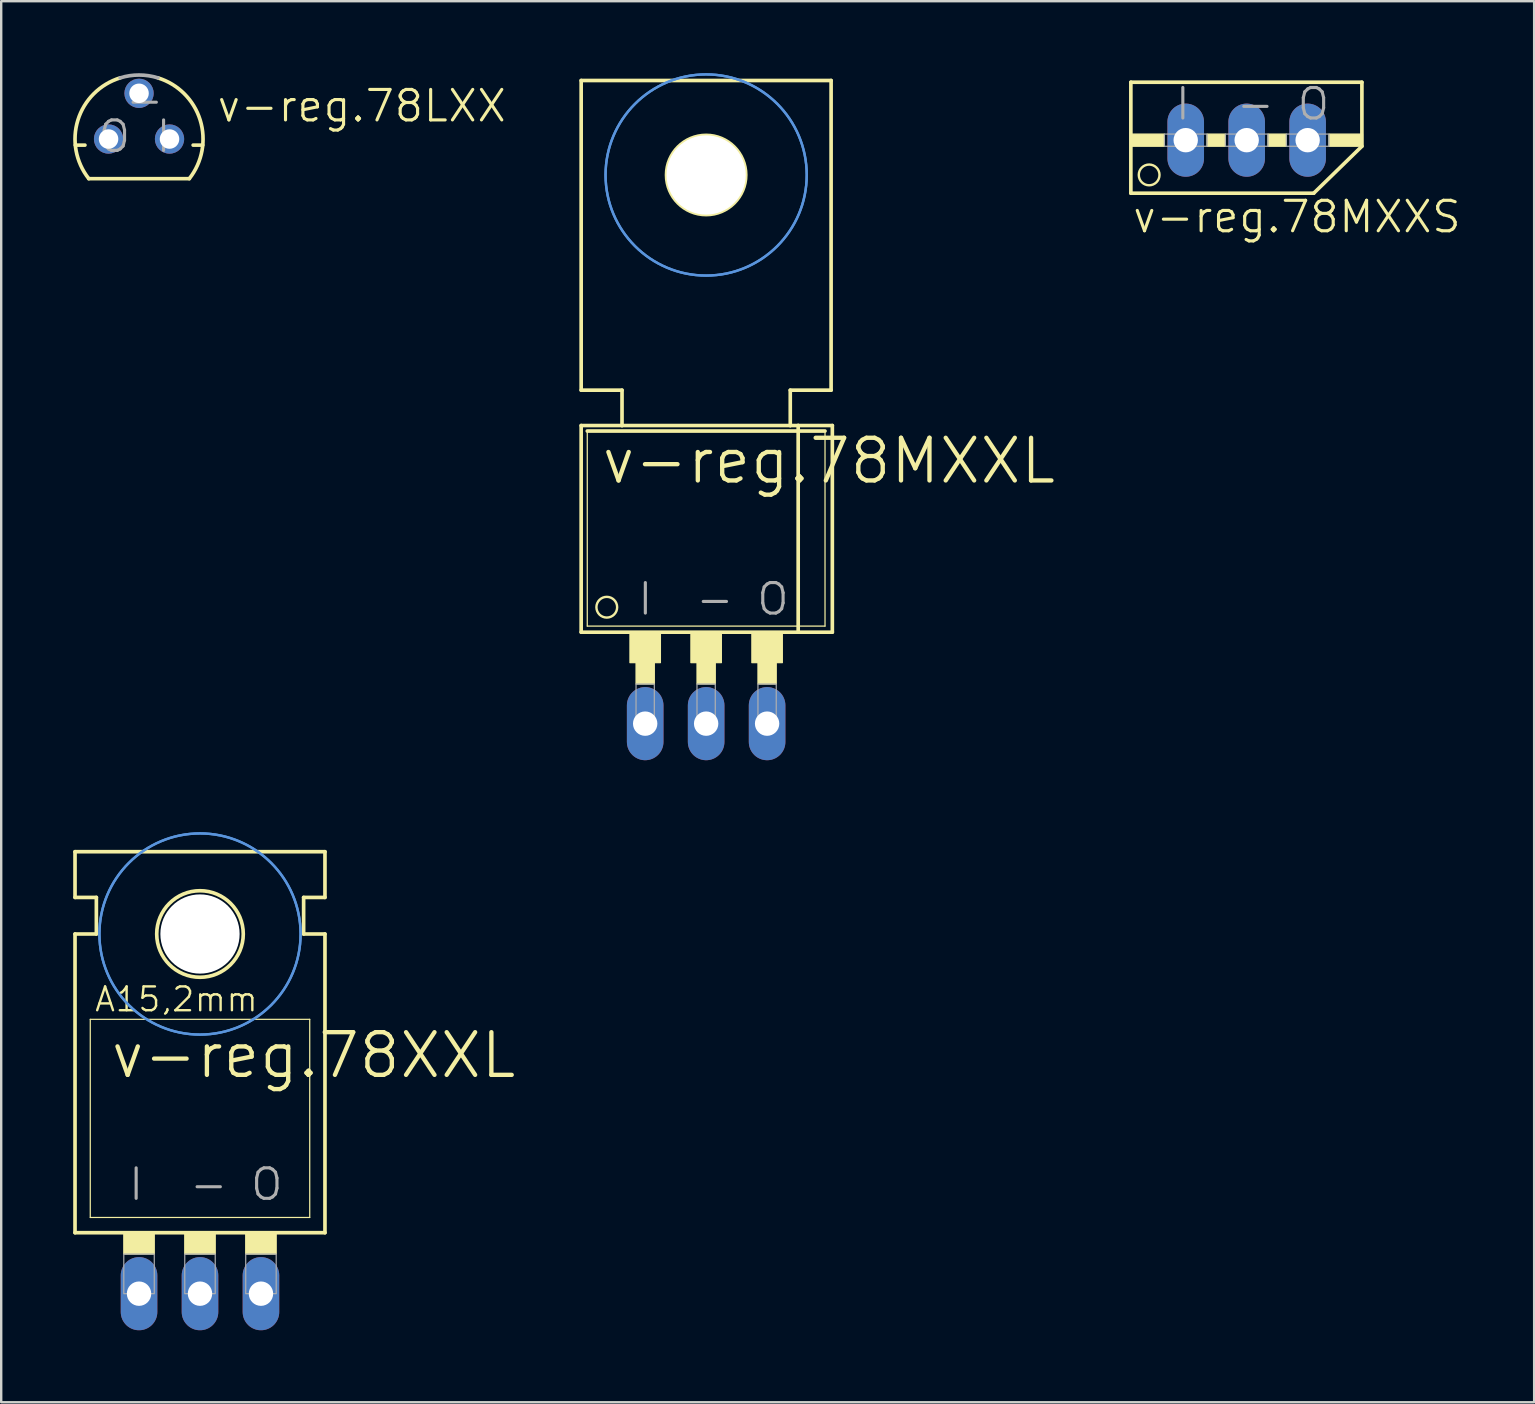
<source format=kicad_pcb>
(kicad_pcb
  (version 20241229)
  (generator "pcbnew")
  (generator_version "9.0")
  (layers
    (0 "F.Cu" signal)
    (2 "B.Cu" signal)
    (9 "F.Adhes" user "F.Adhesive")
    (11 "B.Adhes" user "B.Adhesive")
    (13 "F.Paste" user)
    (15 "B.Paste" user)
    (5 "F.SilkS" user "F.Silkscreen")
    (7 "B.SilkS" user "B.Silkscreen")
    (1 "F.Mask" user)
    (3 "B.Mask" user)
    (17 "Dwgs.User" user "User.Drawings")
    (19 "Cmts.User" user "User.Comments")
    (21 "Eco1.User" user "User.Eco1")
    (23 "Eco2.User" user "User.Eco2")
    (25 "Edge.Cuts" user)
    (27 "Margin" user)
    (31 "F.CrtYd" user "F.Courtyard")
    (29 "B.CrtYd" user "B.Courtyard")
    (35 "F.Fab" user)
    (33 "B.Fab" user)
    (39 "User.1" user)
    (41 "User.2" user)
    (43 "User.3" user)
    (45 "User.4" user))
  (footprint "v-reg.78MXXL"
    (layer "F.Cu")
    (at 26.372 22.021)
    (property "Reference" "v-reg.78MXXL" (at -4.445 -4.826 0) (layer "F.SilkS") (effects (font (size 1.778 1.778) (thickness 0.18)) (justify left bottom)))
    (attr through_hole)
    (fp_line (start -5.207 -21.717) (end -5.207 -8.814) (stroke (width 0.152) (type default)) (layer "F.SilkS"))
    (fp_line (start -5.207 -7.341) (end -3.505 -7.341) (stroke (width 0.152) (type default)) (layer "F.SilkS"))
    (fp_line (start -5.207 1.27) (end -5.207 -7.341) (stroke (width 0.152) (type default)) (layer "F.SilkS"))
    (fp_line (start -5.207 1.27) (end 3.835 1.27) (stroke (width 0.152) (type default)) (layer "F.SilkS"))
    (fp_line (start -4.953 1.016) (end -4.953 -7.112) (stroke (width 0.051) (type default)) (layer "F.SilkS"))
    (fp_line (start -4.953 1.016) (end 4.953 1.016) (stroke (width 0.051) (type default)) (layer "F.SilkS"))
    (fp_line (start -3.505 -8.814) (end -5.207 -8.814) (stroke (width 0.152) (type default)) (layer "F.SilkS"))
    (fp_line (start -3.505 -7.341) (end -3.505 -8.814) (stroke (width 0.152) (type default)) (layer "F.SilkS"))
    (fp_line (start -3.505 -7.341) (end 3.505 -7.341) (stroke (width 0.152) (type default)) (layer "F.SilkS"))
    (fp_line (start 3.505 -8.814) (end 3.505 -7.341) (stroke (width 0.152) (type default)) (layer "F.SilkS"))
    (fp_line (start 3.505 -7.341) (end 3.835 -7.341) (stroke (width 0.152) (type default)) (layer "F.SilkS"))
    (fp_line (start 3.835 -7.341) (end 5.258 -7.341) (stroke (width 0.152) (type default)) (layer "F.SilkS"))
    (fp_line (start 3.835 1.27) (end 3.835 -7.341) (stroke (width 0.152) (type default)) (layer "F.SilkS"))
    (fp_line (start 3.835 1.27) (end 5.258 1.27) (stroke (width 0.152) (type default)) (layer "F.SilkS"))
    (fp_line (start 4.953 -7.112) (end -4.953 -7.112) (stroke (width 0.152) (type default)) (layer "F.SilkS"))
    (fp_line (start 4.953 -7.112) (end 4.953 1.016) (stroke (width 0.051) (type default)) (layer "F.SilkS"))
    (fp_line (start 5.207 -21.717) (end -5.207 -21.717) (stroke (width 0.152) (type default)) (layer "F.SilkS"))
    (fp_line (start 5.207 -21.717) (end 5.207 -8.814) (stroke (width 0.152) (type default)) (layer "F.SilkS"))
    (fp_line (start 5.207 -8.814) (end 3.505 -8.814) (stroke (width 0.152) (type default)) (layer "F.SilkS"))
    (fp_line (start 5.258 1.27) (end 5.258 -7.341) (stroke (width 0.152) (type default)) (layer "F.SilkS"))
    (fp_rect (start -3.175 2.54) (end -1.905 1.27) (stroke (width 0.05) (type default)) (fill yes) (layer "F.SilkS"))
    (fp_rect (start -2.921 3.429) (end -2.159 2.54) (stroke (width 0.05) (type default)) (fill yes) (layer "F.SilkS"))
    (fp_rect (start -0.635 2.54) (end 0.635 1.27) (stroke (width 0.05) (type default)) (fill yes) (layer "F.SilkS"))
    (fp_rect (start -0.381 3.429) (end 0.381 2.54) (stroke (width 0.05) (type default)) (fill yes) (layer "F.SilkS"))
    (fp_rect (start 1.905 2.54) (end 3.175 1.27) (stroke (width 0.05) (type default)) (fill yes) (layer "F.SilkS"))
    (fp_rect (start 2.159 3.429) (end 2.921 2.54) (stroke (width 0.05) (type default)) (fill yes) (layer "F.SilkS"))
    (fp_circle (center -4.14 0.229) (end -3.708 0.229) (stroke (width 0.1) (type default)) (fill no) (layer "F.SilkS"))
    (fp_circle (center 0 -17.78) (end 1.651 -17.78) (stroke (width 0.152) (type default)) (fill no) (layer "F.SilkS"))
    (fp_circle (center 0 -17.78) (end 4.191 -17.78) (stroke (width 0.1) (type default)) (fill no) (layer "Cmts.User"))
    (fp_circle (center 0 -17.78) (end 4.191 -17.78) (stroke (width 0.1) (type default)) (fill no) (layer "Cmts.User"))
    (fp_rect (start -2.921 5.08) (end -2.159 3.429) (stroke (width 0.05) (type default)) (fill no) (layer "F.Fab"))
    (fp_rect (start -0.381 5.08) (end 0.381 3.429) (stroke (width 0.05) (type default)) (fill no) (layer "F.Fab"))
    (fp_rect (start 2.159 5.08) (end 2.921 3.429) (stroke (width 0.05) (type default)) (fill no) (layer "F.Fab"))
    (fp_text user "O" (at 2.032 0.635 0) (layer "F.Fab") (effects (font (size 1.27 1.27) (thickness 0.13)) (justify left bottom)))
    (fp_text user "I" (at -2.921 0.635 0) (layer "F.Fab") (effects (font (size 1.27 1.27) (thickness 0.13)) (justify left bottom)))
    (fp_text user "-" (at -0.508 0.635 0) (layer "F.Fab") (effects (font (size 1.27 1.27) (thickness 0.13)) (justify left bottom)))
    (pad "" np_thru_hole circle (at 0 -17.78) (size 3.302 3.302) (drill 3.302) (layers "*.Cu" "*.Mask"))
    (pad "GND" thru_hole oval (at 0 5.08 90) (size 3.048 1.524) (drill 1.016) (layers "*.Cu" "*.Mask"))
    (pad "IN" thru_hole oval (at -2.54 5.08 90) (size 3.048 1.524) (drill 1.016) (layers "*.Cu" "*.Mask"))
    (pad "OUT" thru_hole oval (at 2.54 5.08 90) (size 3.048 1.524) (drill 1.016) (layers "*.Cu" "*.Mask")))
  (footprint "v-reg.78MXXS"
    (layer "F.Cu")
    (at 48.894 0.25)
    (property "Reference" "v-reg.78MXXS" (at -4.826 6.477 0) (layer "F.SilkS") (effects (font (size 1.27 1.27) (thickness 0.13)) (justify left bottom)))
    (attr through_hole)
    (fp_line (start -4.826 0.127) (end 4.801 0.127) (stroke (width 0.152) (type default)) (layer "F.SilkS"))
    (fp_line (start -4.826 4.75) (end -4.826 0.127) (stroke (width 0.152) (type default)) (layer "F.SilkS"))
    (fp_line (start -4.826 4.75) (end 2.794 4.75) (stroke (width 0.152) (type default)) (layer "F.SilkS"))
    (fp_line (start 2.794 4.75) (end 4.801 2.794) (stroke (width 0.152) (type default)) (layer "F.SilkS"))
    (fp_line (start 4.801 0.127) (end 4.801 2.794) (stroke (width 0.152) (type default)) (layer "F.SilkS"))
    (fp_rect (start -4.826 2.794) (end -3.429 2.286) (stroke (width 0.05) (type default)) (fill yes) (layer "F.SilkS"))
    (fp_rect (start -1.651 2.794) (end -0.889 2.286) (stroke (width 0.05) (type default)) (fill yes) (layer "F.SilkS"))
    (fp_rect (start 0.889 2.794) (end 1.651 2.286) (stroke (width 0.05) (type default)) (fill yes) (layer "F.SilkS"))
    (fp_rect (start 3.429 2.794) (end 4.826 2.286) (stroke (width 0.05) (type default)) (fill yes) (layer "F.SilkS"))
    (fp_circle (center -4.064 3.988) (end -3.632 3.988) (stroke (width 0.1) (type default)) (fill no) (layer "F.SilkS"))
    (fp_rect (start -3.429 2.794) (end -1.651 2.286) (stroke (width 0.05) (type default)) (fill no) (layer "F.Fab"))
    (fp_rect (start -0.889 2.794) (end 0.889 2.286) (stroke (width 0.05) (type default)) (fill no) (layer "F.Fab"))
    (fp_rect (start 1.651 2.794) (end 3.429 2.286) (stroke (width 0.05) (type default)) (fill no) (layer "F.Fab"))
    (fp_text user "-" (at -0.508 1.778 0) (layer "F.Fab") (effects (font (size 1.27 1.27) (thickness 0.13)) (justify left bottom)))
    (fp_text user "I" (at -3.048 1.778 0) (layer "F.Fab") (effects (font (size 1.27 1.27) (thickness 0.13)) (justify left bottom)))
    (fp_text user "O" (at 2.032 1.778 0) (layer "F.Fab") (effects (font (size 1.27 1.27) (thickness 0.13)) (justify left bottom)))
    (pad "GND" thru_hole oval (at 0 2.54 90) (size 3.048 1.524) (drill 1.016) (layers "*.Cu" "*.Mask"))
    (pad "IN" thru_hole oval (at -2.54 2.54 90) (size 3.048 1.524) (drill 1.016) (layers "*.Cu" "*.Mask"))
    (pad "OUT" thru_hole oval (at 2.54 2.54 90) (size 3.048 1.524) (drill 1.016) (layers "*.Cu" "*.Mask")))
  (footprint "v-reg.78XXL"
    (layer "F.Cu")
    (at 5.283 47.042)
    (property "Reference" "v-reg.78XXL" (at -3.81 -5.08 0) (layer "F.SilkS") (effects (font (size 1.778 1.778) (thickness 0.18)) (justify left bottom)))
    (attr through_hole)
    (fp_line (start -5.207 -12.7) (end -5.207 -14.605) (stroke (width 0.152) (type default)) (layer "F.SilkS"))
    (fp_line (start -5.207 -11.176) (end -4.318 -11.176) (stroke (width 0.152) (type default)) (layer "F.SilkS"))
    (fp_line (start -5.207 1.27) (end -5.207 -11.176) (stroke (width 0.152) (type default)) (layer "F.SilkS"))
    (fp_line (start -5.207 1.27) (end 5.207 1.27) (stroke (width 0.152) (type default)) (layer "F.SilkS"))
    (fp_line (start -4.572 0.635) (end -4.572 -7.62) (stroke (width 0.051) (type default)) (layer "F.SilkS"))
    (fp_line (start -4.572 0.635) (end 4.572 0.635) (stroke (width 0.051) (type default)) (layer "F.SilkS"))
    (fp_line (start -4.318 -12.7) (end -5.207 -12.7) (stroke (width 0.152) (type default)) (layer "F.SilkS"))
    (fp_line (start -4.318 -11.176) (end -4.318 -12.7) (stroke (width 0.152) (type default)) (layer "F.SilkS"))
    (fp_line (start 4.318 -12.7) (end 5.207 -12.7) (stroke (width 0.152) (type default)) (layer "F.SilkS"))
    (fp_line (start 4.318 -11.176) (end 4.318 -12.7) (stroke (width 0.152) (type default)) (layer "F.SilkS"))
    (fp_line (start 4.572 -7.62) (end -4.572 -7.62) (stroke (width 0.051) (type default)) (layer "F.SilkS"))
    (fp_line (start 4.572 -7.62) (end 4.572 0.635) (stroke (width 0.051) (type default)) (layer "F.SilkS"))
    (fp_line (start 5.207 -14.605) (end -5.207 -14.605) (stroke (width 0.152) (type default)) (layer "F.SilkS"))
    (fp_line (start 5.207 -12.7) (end 5.207 -14.605) (stroke (width 0.152) (type default)) (layer "F.SilkS"))
    (fp_line (start 5.207 -11.176) (end 4.318 -11.176) (stroke (width 0.152) (type default)) (layer "F.SilkS"))
    (fp_line (start 5.207 1.27) (end 5.207 -11.176) (stroke (width 0.152) (type default)) (layer "F.SilkS"))
    (fp_rect (start -3.175 2.159) (end -1.905 1.27) (stroke (width 0.05) (type default)) (fill yes) (layer "F.SilkS"))
    (fp_rect (start -0.635 2.159) (end 0.635 1.27) (stroke (width 0.05) (type default)) (fill yes) (layer "F.SilkS"))
    (fp_rect (start 1.905 2.159) (end 3.175 1.27) (stroke (width 0.05) (type default)) (fill yes) (layer "F.SilkS"))
    (fp_circle (center 0 -11.176) (end 1.803 -11.176) (stroke (width 0.152) (type default)) (fill no) (layer "F.SilkS"))
    (fp_circle (center 0 -11.176) (end 4.191 -11.176) (stroke (width 0.1) (type default)) (fill no) (layer "Cmts.User"))
    (fp_circle (center 0 -11.176) (end 4.191 -11.176) (stroke (width 0.1) (type default)) (fill no) (layer "Cmts.User"))
    (fp_rect (start -3.175 3.81) (end -1.905 2.159) (stroke (width 0.05) (type default)) (fill no) (layer "F.Fab"))
    (fp_rect (start -0.635 3.81) (end 0.635 2.159) (stroke (width 0.05) (type default)) (fill no) (layer "F.Fab"))
    (fp_rect (start 1.905 3.81) (end 3.175 2.159) (stroke (width 0.05) (type default)) (fill no) (layer "F.Fab"))
    (fp_text user "A15,2mm" (at -4.445 -7.874 0) (layer "F.SilkS") (effects (font (size 0.991 0.991) (thickness 0.1)) (justify left bottom)))
    (fp_text user "I" (at -3.048 0 0) (layer "F.Fab") (effects (font (size 1.27 1.27) (thickness 0.13)) (justify left bottom)))
    (fp_text user "-" (at -0.508 0 0) (layer "F.Fab") (effects (font (size 1.27 1.27) (thickness 0.13)) (justify left bottom)))
    (fp_text user "O" (at 2.032 0 0) (layer "F.Fab") (effects (font (size 1.27 1.27) (thickness 0.13)) (justify left bottom)))
    (pad "" np_thru_hole circle (at 0 -11.176) (size 3.302 3.302) (drill 3.302) (layers "*.Cu" "*.Mask"))
    (pad "GND" thru_hole oval (at 0 3.81 90) (size 3.048 1.524) (drill 1.016) (layers "*.Cu" "*.Mask"))
    (pad "IN" thru_hole oval (at -2.54 3.81 90) (size 3.048 1.524) (drill 1.016) (layers "*.Cu" "*.Mask"))
    (pad "OUT" thru_hole oval (at 2.54 3.81 90) (size 3.048 1.524) (drill 1.016) (layers "*.Cu" "*.Mask")))
  (footprint "v-reg.78LXX"
    (layer "F.Cu")
    (at 2.743 2.743)
    (property "Reference" "v-reg.78LXX" (at 3.175 -0.635 0) (layer "F.SilkS") (effects (font (size 1.27 1.27) (thickness 0.13)) (justify left bottom)))
    (attr through_hole)
    (fp_line (start -2.655 0.254) (end -2.254 0.254) (stroke (width 0.152) (type default)) (layer "F.SilkS"))
    (fp_line (start -2.095 1.651) (end 2.095 1.651) (stroke (width 0.152) (type default)) (layer "F.SilkS"))
    (fp_line (start 2.254 0.254) (end 2.655 0.254) (stroke (width 0.152) (type default)) (layer "F.SilkS"))
    (fp_arc (start -2.0946 1.651) (mid -2.54634 -0.793276) (end -0.7863 -2.5485) (stroke (width 0.1524) (type default)) (layer "F.SilkS"))
    (fp_arc (start 0.7868 -2.5484) (mid 2.54677 -0.793201) (end 2.095 1.651) (stroke (width 0.1524) (type default)) (layer "F.SilkS"))
    (fp_arc (start -0.7863 -2.5485) (mid 0 -2.667043) (end 0.7863 -2.5485) (stroke (width 0.1524) (type default)) (layer "F.Fab"))
    (fp_text user "-" (at -0.635 -0.889 0) (layer "F.Fab") (effects (font (size 1.27 1.27) (thickness 0.13)) (justify left bottom)))
    (fp_text user "O" (at -1.778 0.635 0) (layer "F.Fab") (effects (font (size 1.27 1.27) (thickness 0.13)) (justify left bottom)))
    (fp_text user "I" (at 0.635 0.635 0) (layer "F.Fab") (effects (font (size 1.27 1.27) (thickness 0.13)) (justify left bottom)))
    (pad "GND" thru_hole circle (at 0 -1.905) (size 1.219 1.219) (drill 0.813) (layers "*.Cu" "*.Mask"))
    (pad "IN" thru_hole circle (at 1.27 0) (size 1.219 1.219) (drill 0.813) (layers "*.Cu" "*.Mask"))
    (pad "OUT" thru_hole circle (at -1.27 0) (size 1.219 1.219) (drill 0.813) (layers "*.Cu" "*.Mask")))
  (gr_rect
    (start -3 -3)
    (end 60.872 55.376)
    (stroke (width 0.1) (type default))
    (fill no)
    (layer "Edge.Cuts")))
</source>
